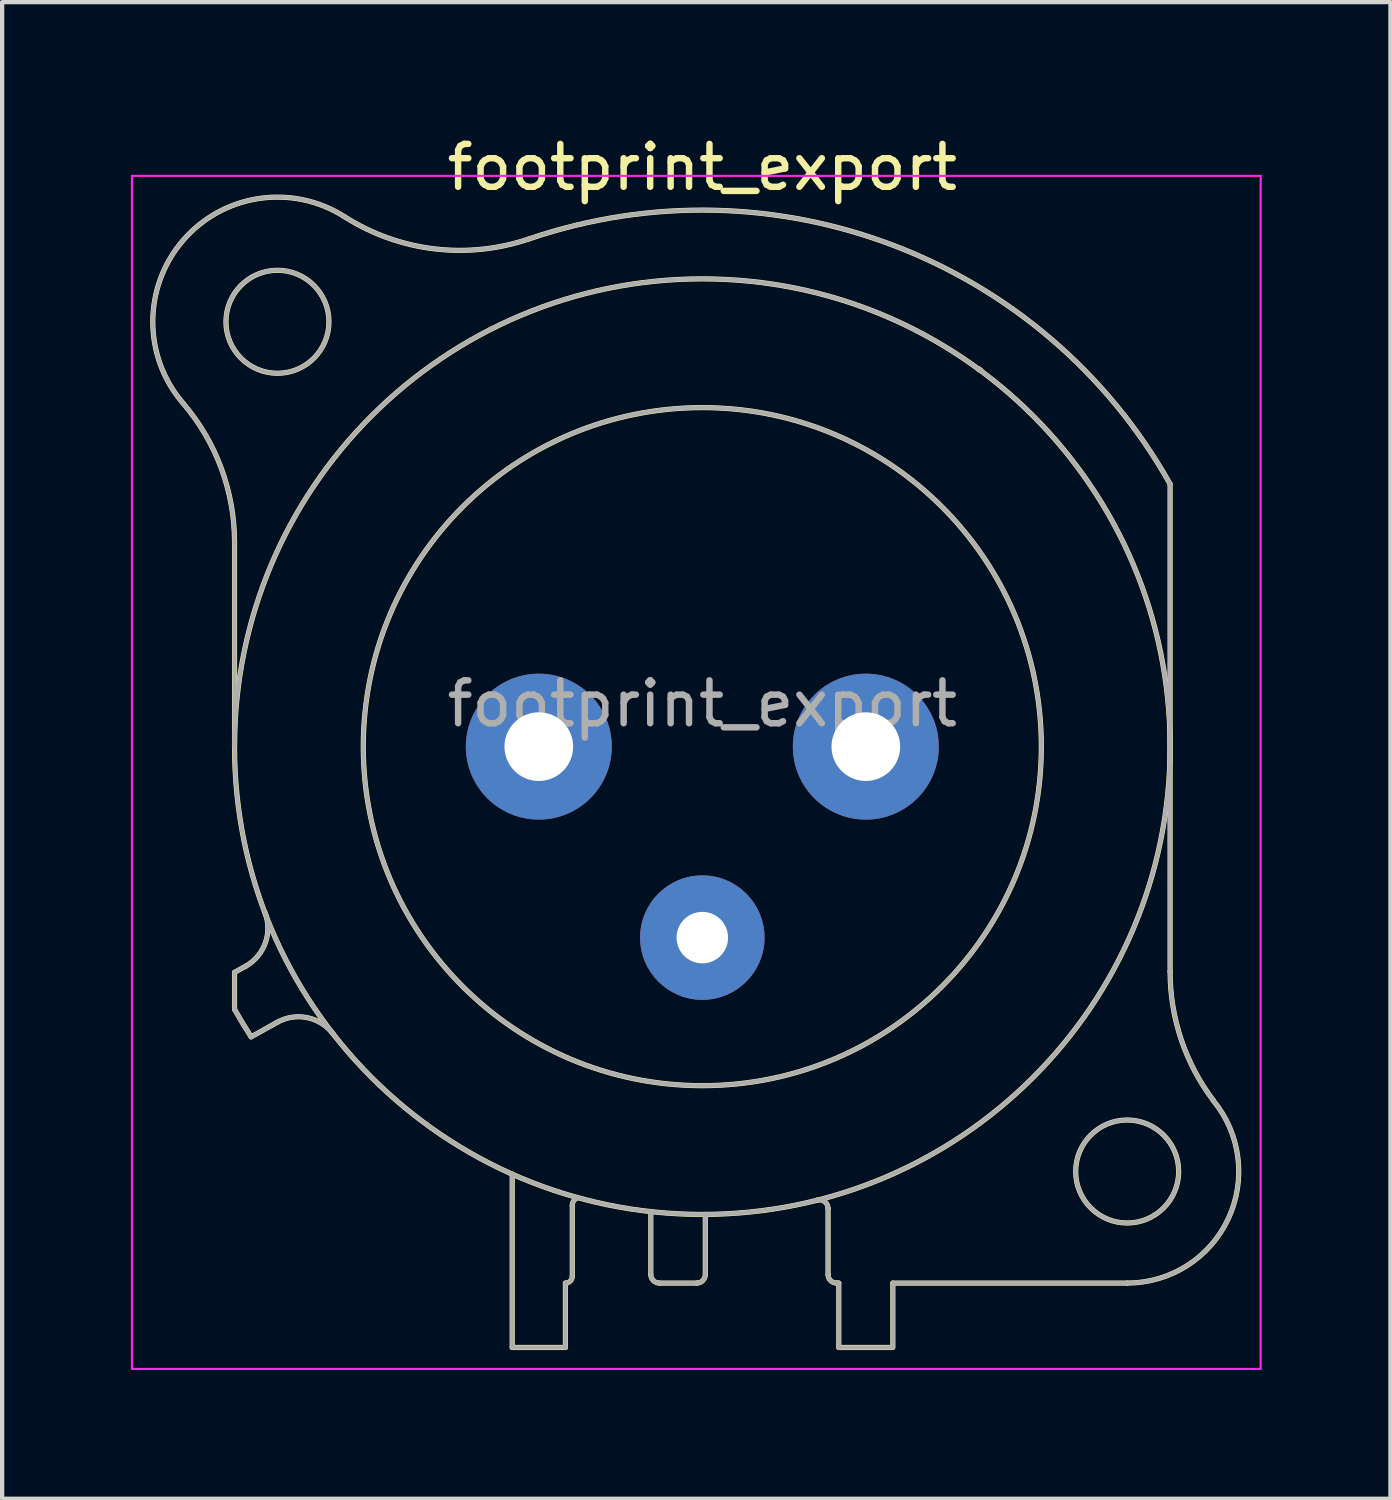
<source format=kicad_pcb>
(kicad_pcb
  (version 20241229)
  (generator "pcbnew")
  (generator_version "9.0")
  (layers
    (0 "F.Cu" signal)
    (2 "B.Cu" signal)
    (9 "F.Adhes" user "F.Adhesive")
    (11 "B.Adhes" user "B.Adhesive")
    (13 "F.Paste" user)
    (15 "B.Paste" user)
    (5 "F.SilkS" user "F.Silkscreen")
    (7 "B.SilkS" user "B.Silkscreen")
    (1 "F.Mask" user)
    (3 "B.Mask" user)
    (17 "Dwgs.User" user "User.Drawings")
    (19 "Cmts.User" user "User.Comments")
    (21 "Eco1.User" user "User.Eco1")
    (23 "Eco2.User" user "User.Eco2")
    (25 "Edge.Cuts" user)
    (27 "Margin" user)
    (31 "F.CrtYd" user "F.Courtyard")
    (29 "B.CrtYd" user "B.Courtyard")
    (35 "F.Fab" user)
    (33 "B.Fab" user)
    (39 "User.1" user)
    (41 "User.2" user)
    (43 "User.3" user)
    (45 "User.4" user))
  (footprint "footprint_export"
    (layer "F.Cu")
    (at 17.125 14.348)
    (property "Reference" "footprint_export" (at -3.81 -13.5 0) (layer "F.SilkS") (effects (font (size 1 1) (thickness 0.15))))
    (attr through_hole)
    (fp_line (start -14.71 0) (end -14.71 -4.76) (stroke (width 0.12) (type solid)) (layer "F.SilkS"))
    (fp_line (start -14.71 5.26) (end -14.71 6.12) (stroke (width 0.12) (type solid)) (layer "F.SilkS"))
    (fp_line (start -14.44 5.11) (end -14.71 5.26) (stroke (width 0.12) (type solid)) (layer "F.SilkS"))
    (fp_line (start -14.32 6.76) (end -13.71 6.42) (stroke (width 0.12) (type solid)) (layer "F.SilkS"))
    (fp_line (start -8.24 9.96) (end -8.24 14) (stroke (width 0.12) (type solid)) (layer "F.SilkS"))
    (fp_line (start -7 12.5) (end -7 14) (stroke (width 0.12) (type solid)) (layer "F.SilkS"))
    (fp_line (start -7 14) (end -8.24 14) (stroke (width 0.12) (type solid)) (layer "F.SilkS"))
    (fp_line (start -6.84 12.34) (end -6.84 10.69) (stroke (width 0.12) (type solid)) (layer "F.SilkS"))
    (fp_line (start -5.01 10.83) (end -5.01 12.3) (stroke (width 0.12) (type solid)) (layer "F.SilkS"))
    (fp_line (start -3.94 12.5) (end -4.81 12.5) (stroke (width 0.12) (type solid)) (layer "F.SilkS"))
    (fp_line (start -3.74 10.9) (end -3.74 12.3) (stroke (width 0.12) (type solid)) (layer "F.SilkS"))
    (fp_line (start -0.88 12.3) (end -0.88 10.76) (stroke (width 0.12) (type solid)) (layer "F.SilkS"))
    (fp_line (start -0.63 12.5) (end -0.68 12.5) (stroke (width 0.12) (type solid)) (layer "F.SilkS"))
    (fp_line (start -0.63 12.5) (end -0.63 14) (stroke (width 0.12) (type solid)) (layer "F.SilkS"))
    (fp_line (start 0.62 14) (end -0.63 14) (stroke (width 0.12) (type solid)) (layer "F.SilkS"))
    (fp_line (start 0.63 12.5) (end 6.09 12.5) (stroke (width 0.12) (type solid)) (layer "F.SilkS"))
    (fp_line (start 0.63 14) (end 0.63 12.5) (stroke (width 0.12) (type solid)) (layer "F.SilkS"))
    (fp_line (start 7.09 5.24) (end 7.09 -6.12) (stroke (width 0.12) (type solid)) (layer "F.SilkS"))
    (fp_arc (start -15.908829 -8.000856) (mid -15.019313 -6.48774) (end -14.71 -4.76) (stroke (width 0.12) (type solid)) (layer "F.SilkS"))
    (fp_arc (start -15.908236 -8.001617) (mid -15.907486 -11.799251) (end -12.15 -12.35) (stroke (width 0.12) (type solid)) (layer "F.SilkS"))
    (fp_arc (start -14.32314 6.763008) (mid -14.521396 6.444407) (end -14.71 6.12) (stroke (width 0.12) (type solid)) (layer "F.SilkS"))
    (fp_arc (start -14.004283 3.855674) (mid -13.989213 4.56375) (end -14.44 5.11) (stroke (width 0.12) (type solid)) (layer "F.SilkS"))
    (fp_arc (start -13.71 6.42) (mid -13.01025 6.315915) (end -12.412202 6.693832) (stroke (width 0.12) (type solid)) (layer "F.SilkS"))
    (fp_arc (start -7.848035 -11.831177) (mid -10.058192 -11.599923) (end -12.15 -12.35) (stroke (width 0.12) (type solid)) (layer "F.SilkS"))
    (fp_arc (start -7.841153 -11.83276) (mid 0.657009 -11.675197) (end 7.09 -6.12) (stroke (width 0.12) (type solid)) (layer "F.SilkS"))
    (fp_arc (start -6.84 10.69) (mid -6.803713 10.578321) (end -6.708713 10.509299) (stroke (width 0.12) (type solid)) (layer "F.SilkS"))
    (fp_arc (start -6.84 12.34) (mid -6.886863 12.453137) (end -7 12.5) (stroke (width 0.12) (type solid)) (layer "F.SilkS"))
    (fp_arc (start -4.81 12.5) (mid -4.951421 12.441421) (end -5.01 12.3) (stroke (width 0.12) (type solid)) (layer "F.SilkS"))
    (fp_arc (start -3.74 12.3) (mid -3.798579 12.441421) (end -3.94 12.5) (stroke (width 0.12) (type solid)) (layer "F.SilkS"))
    (fp_arc (start -1.1294 10.566197) (mid -0.957281 10.602076) (end -0.88 10.76) (stroke (width 0.12) (type solid)) (layer "F.SilkS"))
    (fp_arc (start -0.68 12.5) (mid -0.821421 12.441421) (end -0.88 12.3) (stroke (width 0.12) (type solid)) (layer "F.SilkS"))
    (fp_arc (start 2.636924 -8.782671) (mid 2.628394 -8.791269) (end 2.62 -8.8) (stroke (width 0.12) (type solid)) (layer "F.SilkS"))
    (fp_arc (start 2.680052 -8.767734) (mid 2.65973 -8.7835) (end 2.64 -8.8) (stroke (width 0.12) (type solid)) (layer "F.SilkS"))
    (fp_arc (start 8.095865 8.245761) (mid 8.441704 11.008824) (end 6.09 12.5) (stroke (width 0.12) (type solid)) (layer "F.SilkS"))
    (fp_arc (start 8.098032 8.243976) (mid 7.348729 6.824298) (end 7.09 5.24) (stroke (width 0.12) (type solid)) (layer "F.SilkS"))
    (fp_circle (center -13.71 -9.9) (end -12.51 -9.9) (stroke (width 0.12) (type solid)) (fill no) (layer "F.SilkS"))
    (fp_circle (center -3.81 0) (end 4.09 0) (stroke (width 0.12) (type solid)) (fill no) (layer "F.SilkS"))
    (fp_circle (center -3.81 0) (end 7.09 0) (stroke (width 0.12) (type solid)) (fill no) (layer "F.SilkS"))
    (fp_circle (center 6.09 9.9) (end 7.29 9.9) (stroke (width 0.12) (type solid)) (fill no) (layer "F.SilkS"))
    (fp_line (start -17.1 -13.3) (end 9.2 -13.3) (stroke (width 0.05) (type solid)) (layer "F.CrtYd"))
    (fp_line (start -17.1 14.5) (end -17.1 -13.3) (stroke (width 0.05) (type solid)) (layer "F.CrtYd"))
    (fp_line (start 9.2 -13.3) (end 9.2 14.5) (stroke (width 0.05) (type solid)) (layer "F.CrtYd"))
    (fp_line (start 9.2 14.5) (end -17.1 14.5) (stroke (width 0.05) (type solid)) (layer "F.CrtYd"))
    (fp_line (start -14.71 0) (end -14.71 -4.76) (stroke (width 0.1) (type solid)) (layer "F.Fab"))
    (fp_line (start -14.71 5.26) (end -14.71 6.12) (stroke (width 0.1) (type solid)) (layer "F.Fab"))
    (fp_line (start -14.44 5.11) (end -14.71 5.26) (stroke (width 0.1) (type solid)) (layer "F.Fab"))
    (fp_line (start -14.32 6.76) (end -13.71 6.42) (stroke (width 0.1) (type solid)) (layer "F.Fab"))
    (fp_line (start -8.24 9.96) (end -8.24 14) (stroke (width 0.1) (type solid)) (layer "F.Fab"))
    (fp_line (start -7 12.5) (end -7 14) (stroke (width 0.1) (type solid)) (layer "F.Fab"))
    (fp_line (start -7 14) (end -8.24 14) (stroke (width 0.1) (type solid)) (layer "F.Fab"))
    (fp_line (start -6.84 12.34) (end -6.84 10.69) (stroke (width 0.1) (type solid)) (layer "F.Fab"))
    (fp_line (start -5.01 10.83) (end -5.01 12.3) (stroke (width 0.1) (type solid)) (layer "F.Fab"))
    (fp_line (start -3.94 12.5) (end -4.81 12.5) (stroke (width 0.1) (type solid)) (layer "F.Fab"))
    (fp_line (start -3.74 10.9) (end -3.74 12.3) (stroke (width 0.1) (type solid)) (layer "F.Fab"))
    (fp_line (start -0.88 12.3) (end -0.88 10.76) (stroke (width 0.1) (type solid)) (layer "F.Fab"))
    (fp_line (start -0.63 12.5) (end -0.68 12.5) (stroke (width 0.1) (type solid)) (layer "F.Fab"))
    (fp_line (start -0.63 12.5) (end -0.63 14) (stroke (width 0.1) (type solid)) (layer "F.Fab"))
    (fp_line (start 0.62 14) (end -0.63 14) (stroke (width 0.1) (type solid)) (layer "F.Fab"))
    (fp_line (start 0.63 12.5) (end 6.09 12.5) (stroke (width 0.1) (type solid)) (layer "F.Fab"))
    (fp_line (start 0.63 14) (end 0.63 12.5) (stroke (width 0.1) (type solid)) (layer "F.Fab"))
    (fp_line (start 7.09 5.24) (end 7.09 -6.12) (stroke (width 0.1) (type solid)) (layer "F.Fab"))
    (fp_arc (start -15.908829 -8.000856) (mid -15.019313 -6.48774) (end -14.71 -4.76) (stroke (width 0.1) (type solid)) (layer "F.Fab"))
    (fp_arc (start -15.908236 -8.001617) (mid -15.907486 -11.799251) (end -12.15 -12.35) (stroke (width 0.1) (type solid)) (layer "F.Fab"))
    (fp_arc (start -14.32314 6.763008) (mid -14.521396 6.444407) (end -14.71 6.12) (stroke (width 0.1) (type solid)) (layer "F.Fab"))
    (fp_arc (start -14.004283 3.855674) (mid -13.989213 4.56375) (end -14.44 5.11) (stroke (width 0.1) (type solid)) (layer "F.Fab"))
    (fp_arc (start -13.71 6.42) (mid -13.01025 6.315915) (end -12.412202 6.693832) (stroke (width 0.1) (type solid)) (layer "F.Fab"))
    (fp_arc (start -7.848035 -11.831177) (mid -10.058192 -11.599923) (end -12.15 -12.35) (stroke (width 0.1) (type solid)) (layer "F.Fab"))
    (fp_arc (start -7.841153 -11.83276) (mid 0.657009 -11.675197) (end 7.09 -6.12) (stroke (width 0.1) (type solid)) (layer "F.Fab"))
    (fp_arc (start -6.84 10.69) (mid -6.803713 10.578321) (end -6.708713 10.509299) (stroke (width 0.1) (type solid)) (layer "F.Fab"))
    (fp_arc (start -6.84 12.34) (mid -6.886863 12.453137) (end -7 12.5) (stroke (width 0.1) (type solid)) (layer "F.Fab"))
    (fp_arc (start -4.81 12.5) (mid -4.951421 12.441421) (end -5.01 12.3) (stroke (width 0.1) (type solid)) (layer "F.Fab"))
    (fp_arc (start -3.74 12.3) (mid -3.798579 12.441421) (end -3.94 12.5) (stroke (width 0.1) (type solid)) (layer "F.Fab"))
    (fp_arc (start -1.1294 10.566197) (mid -0.957281 10.602076) (end -0.88 10.76) (stroke (width 0.1) (type solid)) (layer "F.Fab"))
    (fp_arc (start -0.68 12.5) (mid -0.821421 12.441421) (end -0.88 12.3) (stroke (width 0.1) (type solid)) (layer "F.Fab"))
    (fp_arc (start 2.636924 -8.782671) (mid 2.628394 -8.791269) (end 2.62 -8.8) (stroke (width 0.1) (type solid)) (layer "F.Fab"))
    (fp_arc (start 2.680052 -8.767734) (mid 2.65973 -8.7835) (end 2.64 -8.8) (stroke (width 0.1) (type solid)) (layer "F.Fab"))
    (fp_arc (start 8.095865 8.245761) (mid 8.441704 11.008824) (end 6.09 12.5) (stroke (width 0.1) (type solid)) (layer "F.Fab"))
    (fp_arc (start 8.098032 8.243976) (mid 7.348729 6.824298) (end 7.09 5.24) (stroke (width 0.1) (type solid)) (layer "F.Fab"))
    (fp_circle (center -13.71 -9.9) (end -12.51 -9.9) (stroke (width 0.1) (type solid)) (fill no) (layer "F.Fab"))
    (fp_circle (center -3.81 0) (end 4.09 0) (stroke (width 0.1) (type solid)) (fill no) (layer "F.Fab"))
    (fp_circle (center -3.81 0) (end 7.09 0) (stroke (width 0.1) (type solid)) (fill no) (layer "F.Fab"))
    (fp_circle (center 6.09 9.9) (end 7.29 9.9) (stroke (width 0.1) (type solid)) (fill no) (layer "F.Fab"))
    (fp_text user "${REFERENCE}" (at -3.81 -1 0) (layer "F.Fab") (effects (font (size 1 1) (thickness 0.15))))
    (pad "1" thru_hole circle (at 0 0) (size 3.4 3.4) (drill 1.6) (layers "*.Cu" "*.Mask"))
    (pad "2" thru_hole circle (at -7.62 0) (size 3.4 3.4) (drill 1.6) (layers "*.Cu" "*.Mask"))
    (pad "3" thru_hole circle (at -3.81 4.45) (size 2.9 2.9) (drill 1.2) (layers "*.Cu" "*.Mask")))
  (gr_rect
    (start -3 -3)
    (end 29.35 31.873)
    (stroke (width 0.1) (type default))
    (fill no)
    (layer "Edge.Cuts")))
</source>
